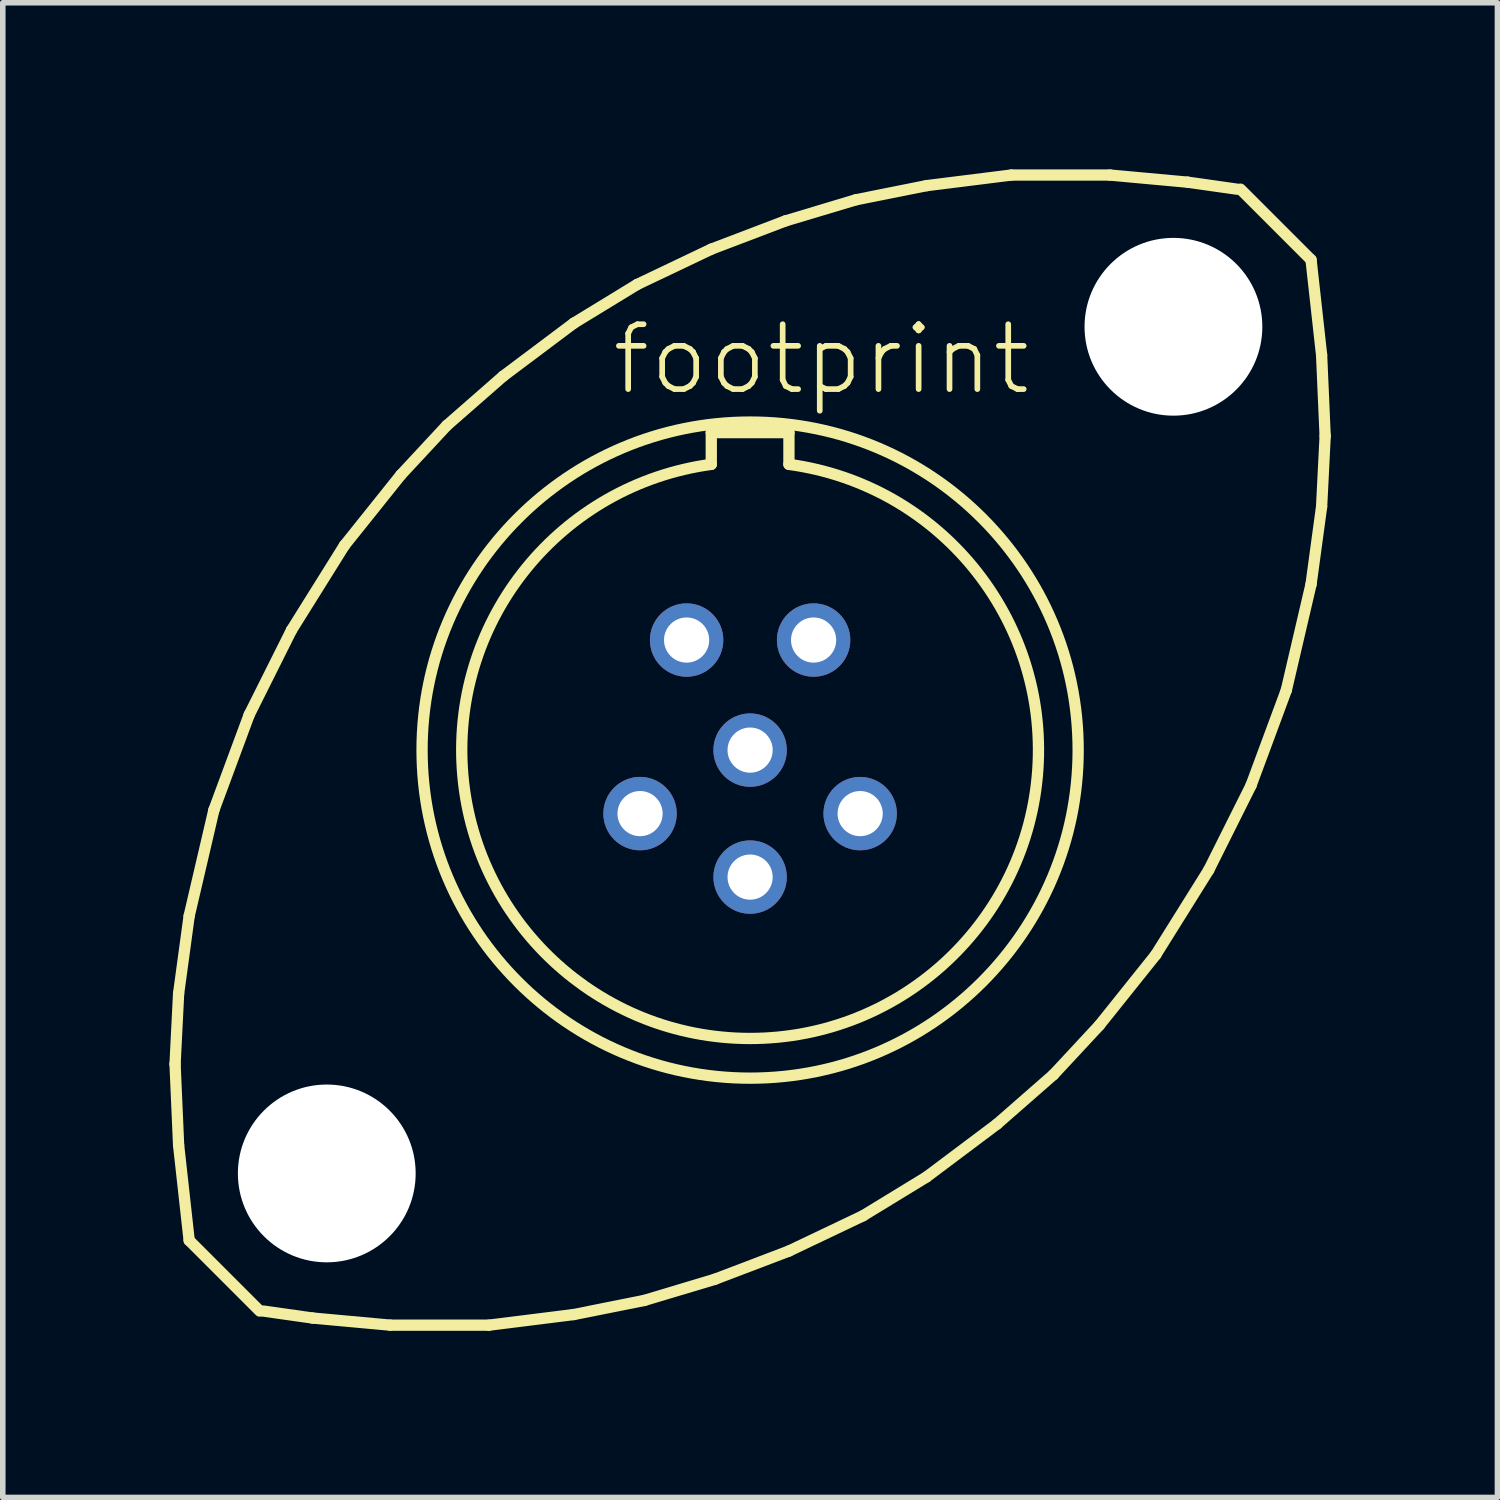
<source format=kicad_pcb>
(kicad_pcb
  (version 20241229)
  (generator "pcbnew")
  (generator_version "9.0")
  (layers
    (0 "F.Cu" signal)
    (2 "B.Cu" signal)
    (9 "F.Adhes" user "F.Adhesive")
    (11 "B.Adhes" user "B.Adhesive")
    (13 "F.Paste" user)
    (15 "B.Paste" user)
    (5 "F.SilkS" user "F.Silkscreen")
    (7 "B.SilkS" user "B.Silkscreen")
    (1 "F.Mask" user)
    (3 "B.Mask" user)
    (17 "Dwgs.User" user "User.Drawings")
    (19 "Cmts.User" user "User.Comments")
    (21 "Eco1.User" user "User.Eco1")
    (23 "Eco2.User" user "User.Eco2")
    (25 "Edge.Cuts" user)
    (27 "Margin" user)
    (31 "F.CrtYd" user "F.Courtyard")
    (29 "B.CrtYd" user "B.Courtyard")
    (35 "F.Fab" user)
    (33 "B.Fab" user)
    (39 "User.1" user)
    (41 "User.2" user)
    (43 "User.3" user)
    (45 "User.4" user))
  (footprint "footprint"
    (layer "F.Cu")
    (at 10.452 10.452)
    (property "Reference" "footprint" (at -2.54 -6.35 0) (layer "F.SilkS") (effects (font (size 1.168 1.168) (thickness 0.102)) (justify left bottom)))
    (fp_line (start -10.351 5.652) (end -10.287 4.381) (stroke (width 0.203) (type solid)) (layer "F.SilkS"))
    (fp_line (start -10.287 4.381) (end -10.097 2.985) (stroke (width 0.203) (type solid)) (layer "F.SilkS"))
    (fp_line (start -10.287 7.112) (end -10.351 5.652) (stroke (width 0.203) (type solid)) (layer "F.SilkS"))
    (fp_line (start -10.097 2.985) (end -9.652 1.079) (stroke (width 0.203) (type solid)) (layer "F.SilkS"))
    (fp_line (start -10.097 8.826) (end -10.287 7.112) (stroke (width 0.203) (type solid)) (layer "F.SilkS"))
    (fp_line (start -9.652 1.079) (end -9.017 -0.635) (stroke (width 0.203) (type solid)) (layer "F.SilkS"))
    (fp_line (start -9.017 -0.635) (end -8.255 -2.159) (stroke (width 0.203) (type solid)) (layer "F.SilkS"))
    (fp_line (start -8.826 10.097) (end -10.097 8.826) (stroke (width 0.203) (type solid)) (layer "F.SilkS"))
    (fp_line (start -8.255 -2.159) (end -7.303 -3.683) (stroke (width 0.203) (type solid)) (layer "F.SilkS"))
    (fp_line (start -7.874 10.223) (end -8.763 10.097) (stroke (width 0.203) (type solid)) (layer "F.SilkS"))
    (fp_line (start -7.303 -3.683) (end -6.287 -4.953) (stroke (width 0.203) (type solid)) (layer "F.SilkS"))
    (fp_line (start -6.477 10.351) (end -7.874 10.223) (stroke (width 0.203) (type solid)) (layer "F.SilkS"))
    (fp_line (start -6.287 -4.953) (end -5.461 -5.842) (stroke (width 0.203) (type solid)) (layer "F.SilkS"))
    (fp_line (start -5.461 -5.842) (end -4.445 -6.731) (stroke (width 0.203) (type solid)) (layer "F.SilkS"))
    (fp_line (start -4.699 10.351) (end -6.477 10.351) (stroke (width 0.203) (type solid)) (layer "F.SilkS"))
    (fp_line (start -4.445 -6.731) (end -3.175 -7.684) (stroke (width 0.203) (type solid)) (layer "F.SilkS"))
    (fp_line (start -3.175 -7.684) (end -2.032 -8.382) (stroke (width 0.203) (type solid)) (layer "F.SilkS"))
    (fp_line (start -3.175 10.16) (end -4.699 10.351) (stroke (width 0.203) (type solid)) (layer "F.SilkS"))
    (fp_line (start -2.032 -8.382) (end -0.699 -9.017) (stroke (width 0.203) (type solid)) (layer "F.SilkS"))
    (fp_line (start -1.905 9.906) (end -3.175 10.16) (stroke (width 0.203) (type solid)) (layer "F.SilkS"))
    (fp_line (start -0.699 -9.017) (end 0.635 -9.525) (stroke (width 0.203) (type solid)) (layer "F.SilkS"))
    (fp_line (start -0.699 -5.715) (end 0.699 -5.715) (stroke (width 0.203) (type solid)) (layer "F.SilkS"))
    (fp_line (start -0.699 -5.144) (end -0.699 -5.715) (stroke (width 0.203) (type solid)) (layer "F.SilkS"))
    (fp_line (start -0.635 9.525) (end -1.905 9.906) (stroke (width 0.203) (type solid)) (layer "F.SilkS"))
    (fp_line (start 0.635 -9.525) (end 1.905 -9.906) (stroke (width 0.203) (type solid)) (layer "F.SilkS"))
    (fp_line (start 0.699 -5.715) (end 0.699 -5.144) (stroke (width 0.203) (type solid)) (layer "F.SilkS"))
    (fp_line (start 0.699 9.017) (end -0.635 9.525) (stroke (width 0.203) (type solid)) (layer "F.SilkS"))
    (fp_line (start 1.905 -9.906) (end 3.175 -10.16) (stroke (width 0.203) (type solid)) (layer "F.SilkS"))
    (fp_line (start 2.032 8.382) (end 0.699 9.017) (stroke (width 0.203) (type solid)) (layer "F.SilkS"))
    (fp_line (start 3.175 -10.16) (end 4.699 -10.351) (stroke (width 0.203) (type solid)) (layer "F.SilkS"))
    (fp_line (start 3.175 7.684) (end 2.032 8.382) (stroke (width 0.203) (type solid)) (layer "F.SilkS"))
    (fp_line (start 4.445 6.731) (end 3.175 7.684) (stroke (width 0.203) (type solid)) (layer "F.SilkS"))
    (fp_line (start 4.699 -10.351) (end 6.477 -10.351) (stroke (width 0.203) (type solid)) (layer "F.SilkS"))
    (fp_line (start 5.461 5.842) (end 4.445 6.731) (stroke (width 0.203) (type solid)) (layer "F.SilkS"))
    (fp_line (start 6.287 4.953) (end 5.461 5.842) (stroke (width 0.203) (type solid)) (layer "F.SilkS"))
    (fp_line (start 6.477 -10.351) (end 7.874 -10.223) (stroke (width 0.203) (type solid)) (layer "F.SilkS"))
    (fp_line (start 7.303 3.683) (end 6.287 4.953) (stroke (width 0.203) (type solid)) (layer "F.SilkS"))
    (fp_line (start 7.874 -10.223) (end 8.763 -10.097) (stroke (width 0.203) (type solid)) (layer "F.SilkS"))
    (fp_line (start 8.255 2.159) (end 7.303 3.683) (stroke (width 0.203) (type solid)) (layer "F.SilkS"))
    (fp_line (start 8.826 -10.097) (end 10.097 -8.826) (stroke (width 0.203) (type solid)) (layer "F.SilkS"))
    (fp_line (start 9.017 0.635) (end 8.255 2.159) (stroke (width 0.203) (type solid)) (layer "F.SilkS"))
    (fp_line (start 9.652 -1.079) (end 9.017 0.635) (stroke (width 0.203) (type solid)) (layer "F.SilkS"))
    (fp_line (start 10.097 -8.826) (end 10.287 -7.112) (stroke (width 0.203) (type solid)) (layer "F.SilkS"))
    (fp_line (start 10.097 -2.985) (end 9.652 -1.079) (stroke (width 0.203) (type solid)) (layer "F.SilkS"))
    (fp_line (start 10.287 -7.112) (end 10.351 -5.652) (stroke (width 0.203) (type solid)) (layer "F.SilkS"))
    (fp_line (start 10.287 -4.381) (end 10.097 -2.985) (stroke (width 0.203) (type solid)) (layer "F.SilkS"))
    (fp_line (start 10.351 -5.652) (end 10.287 -4.381) (stroke (width 0.203) (type solid)) (layer "F.SilkS"))
    (fp_arc (start 0.6985 -5.1435) (mid 0 5.190712) (end -0.6985 -5.1435) (stroke (width 0.2032) (type solid)) (layer "F.SilkS"))
    (fp_circle (center 0 0) (end 5.905 0) (stroke (width 0.203) (type solid)) (fill no) (layer "F.SilkS"))
    (pad "" np_thru_hole circle (at -7.62 7.62) (size 3.2 3.2) (drill 3.2) (layers "*.Cu" "*.Mask"))
    (pad "" np_thru_hole circle (at 7.62 -7.62) (size 3.2 3.2) (drill 3.2) (layers "*.Cu" "*.Mask"))
    (pad "1" thru_hole circle (at 1.143 -1.981) (size 1.321 1.321) (drill 0.813) (layers "*.Cu" "*.Mask"))
    (pad "2" thru_hole circle (at 1.981 1.143) (size 1.321 1.321) (drill 0.813) (layers "*.Cu" "*.Mask"))
    (pad "3" thru_hole circle (at 0 2.286) (size 1.321 1.321) (drill 0.813) (layers "*.Cu" "*.Mask"))
    (pad "4" thru_hole circle (at -1.981 1.143) (size 1.321 1.321) (drill 0.813) (layers "*.Cu" "*.Mask"))
    (pad "5" thru_hole circle (at -1.143 -1.981) (size 1.321 1.321) (drill 0.813) (layers "*.Cu" "*.Mask"))
    (pad "6" thru_hole circle (at 0 0) (size 1.321 1.321) (drill 0.813) (layers "*.Cu" "*.Mask")))
  (gr_rect
    (start -3 -3)
    (end 23.904 23.904)
    (stroke (width 0.1) (type default))
    (fill no)
    (layer "Edge.Cuts")))
</source>
